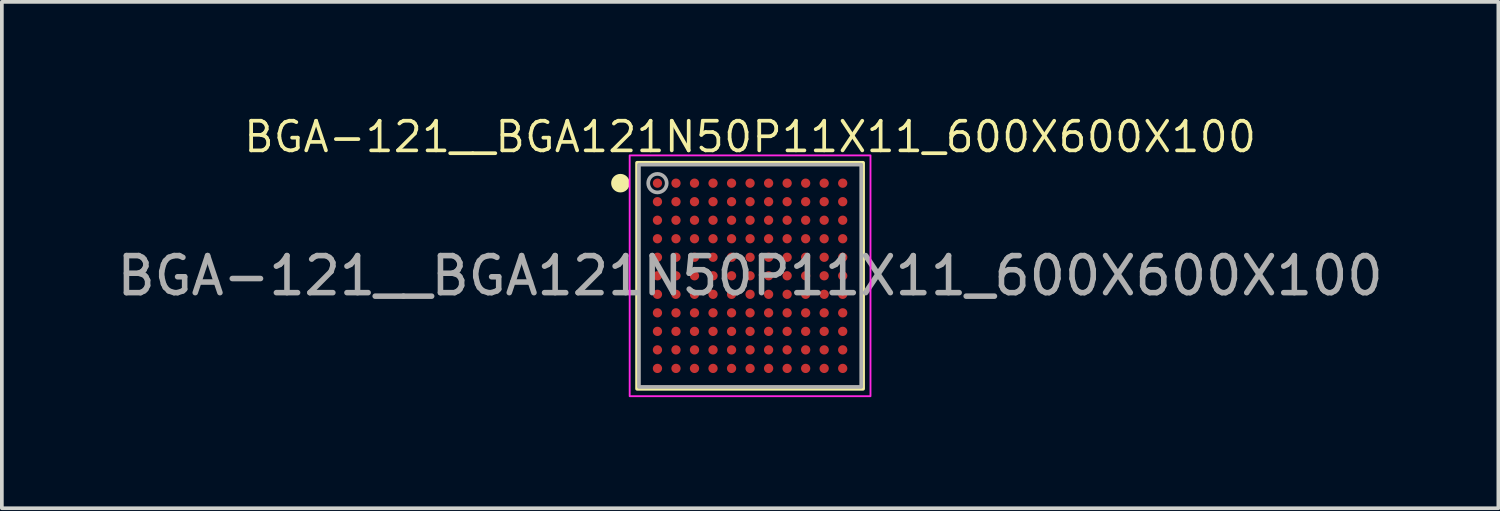
<source format=kicad_pcb>
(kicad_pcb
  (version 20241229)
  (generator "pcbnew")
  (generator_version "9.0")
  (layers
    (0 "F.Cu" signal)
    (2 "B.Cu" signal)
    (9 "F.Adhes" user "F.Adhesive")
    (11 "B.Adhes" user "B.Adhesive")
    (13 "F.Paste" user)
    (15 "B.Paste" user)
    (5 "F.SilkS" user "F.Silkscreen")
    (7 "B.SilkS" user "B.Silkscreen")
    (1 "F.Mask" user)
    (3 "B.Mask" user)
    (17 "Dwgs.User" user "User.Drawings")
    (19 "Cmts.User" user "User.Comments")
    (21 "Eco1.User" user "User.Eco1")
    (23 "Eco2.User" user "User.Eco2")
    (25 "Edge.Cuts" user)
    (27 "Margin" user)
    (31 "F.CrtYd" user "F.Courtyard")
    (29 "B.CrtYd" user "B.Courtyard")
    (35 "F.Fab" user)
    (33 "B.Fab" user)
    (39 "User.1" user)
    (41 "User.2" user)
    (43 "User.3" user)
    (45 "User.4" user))
  (footprint "BGA-121__BGA121N50P11X11_600X600X100"
    (layer "F.Cu")
    (at 17.196 4.394)
    (property "Reference" "BGA-121__BGA121N50P11X11_600X600X100" (at 0 -3.75 0) (layer "F.SilkS") (effects (font (size 0.8 0.8) (thickness 0.1))))
    (attr smd)
    (fp_rect (start -3.05 -3.05) (end 3.05 3.05) (stroke (width 0.1) (type solid)) (fill no) (layer "F.SilkS"))
    (fp_circle (center -3.5 -2.5) (end -3.25 -2.5) (stroke (width 0) (type solid)) (fill yes) (layer "F.SilkS"))
    (fp_rect (start -3.25 -3.25) (end 3.25 3.25) (stroke (width 0.05) (type solid)) (fill no) (layer "F.CrtYd"))
    (fp_rect (start -3 -3) (end 3 3) (stroke (width 0.1) (type solid)) (fill no) (layer "F.Fab"))
    (fp_circle (center -2.5 -2.5) (end -2.25 -2.5) (stroke (width 0.1) (type solid)) (fill no) (layer "F.Fab"))
    (fp_text user "${REFERENCE}" (at 0 0 0) (layer "F.Fab") (effects (font (size 1 1) (thickness 0.15))))
    (pad "A1" smd circle (at -2.5 -2.5) (size 0.25 0.25) (layers "F.Cu" "F.Mask" "F.Paste"))
    (pad "A2" smd circle (at -2 -2.5) (size 0.25 0.25) (layers "F.Cu" "F.Mask" "F.Paste"))
    (pad "A3" smd circle (at -1.5 -2.5) (size 0.25 0.25) (layers "F.Cu" "F.Mask" "F.Paste"))
    (pad "A4" smd circle (at -1 -2.5) (size 0.25 0.25) (layers "F.Cu" "F.Mask" "F.Paste"))
    (pad "A5" smd circle (at -0.5 -2.5) (size 0.25 0.25) (layers "F.Cu" "F.Mask" "F.Paste"))
    (pad "A6" smd circle (at 0 -2.5) (size 0.25 0.25) (layers "F.Cu" "F.Mask" "F.Paste"))
    (pad "A7" smd circle (at 0.5 -2.5) (size 0.25 0.25) (layers "F.Cu" "F.Mask" "F.Paste"))
    (pad "A8" smd circle (at 1 -2.5) (size 0.25 0.25) (layers "F.Cu" "F.Mask" "F.Paste"))
    (pad "A9" smd circle (at 1.5 -2.5) (size 0.25 0.25) (layers "F.Cu" "F.Mask" "F.Paste"))
    (pad "A10" smd circle (at 2 -2.5) (size 0.25 0.25) (layers "F.Cu" "F.Mask" "F.Paste"))
    (pad "A11" smd circle (at 2.5 -2.5) (size 0.25 0.25) (layers "F.Cu" "F.Mask" "F.Paste"))
    (pad "B1" smd circle (at -2.5 -2) (size 0.25 0.25) (layers "F.Cu" "F.Mask" "F.Paste"))
    (pad "B2" smd circle (at -2 -2) (size 0.25 0.25) (layers "F.Cu" "F.Mask" "F.Paste"))
    (pad "B3" smd circle (at -1.5 -2) (size 0.25 0.25) (layers "F.Cu" "F.Mask" "F.Paste"))
    (pad "B4" smd circle (at -1 -2) (size 0.25 0.25) (layers "F.Cu" "F.Mask" "F.Paste"))
    (pad "B5" smd circle (at -0.5 -2) (size 0.25 0.25) (layers "F.Cu" "F.Mask" "F.Paste"))
    (pad "B6" smd circle (at 0 -2) (size 0.25 0.25) (layers "F.Cu" "F.Mask" "F.Paste"))
    (pad "B7" smd circle (at 0.5 -2) (size 0.25 0.25) (layers "F.Cu" "F.Mask" "F.Paste"))
    (pad "B8" smd circle (at 1 -2) (size 0.25 0.25) (layers "F.Cu" "F.Mask" "F.Paste"))
    (pad "B9" smd circle (at 1.5 -2) (size 0.25 0.25) (layers "F.Cu" "F.Mask" "F.Paste"))
    (pad "B10" smd circle (at 2 -2) (size 0.25 0.25) (layers "F.Cu" "F.Mask" "F.Paste"))
    (pad "B11" smd circle (at 2.5 -2) (size 0.25 0.25) (layers "F.Cu" "F.Mask" "F.Paste"))
    (pad "C1" smd circle (at -2.5 -1.5) (size 0.25 0.25) (layers "F.Cu" "F.Mask" "F.Paste"))
    (pad "C2" smd circle (at -2 -1.5) (size 0.25 0.25) (layers "F.Cu" "F.Mask" "F.Paste"))
    (pad "C3" smd circle (at -1.5 -1.5) (size 0.25 0.25) (layers "F.Cu" "F.Mask" "F.Paste"))
    (pad "C4" smd circle (at -1 -1.5) (size 0.25 0.25) (layers "F.Cu" "F.Mask" "F.Paste"))
    (pad "C5" smd circle (at -0.5 -1.5) (size 0.25 0.25) (layers "F.Cu" "F.Mask" "F.Paste"))
    (pad "C6" smd circle (at 0 -1.5) (size 0.25 0.25) (layers "F.Cu" "F.Mask" "F.Paste"))
    (pad "C7" smd circle (at 0.5 -1.5) (size 0.25 0.25) (layers "F.Cu" "F.Mask" "F.Paste"))
    (pad "C8" smd circle (at 1 -1.5) (size 0.25 0.25) (layers "F.Cu" "F.Mask" "F.Paste"))
    (pad "C9" smd circle (at 1.5 -1.5) (size 0.25 0.25) (layers "F.Cu" "F.Mask" "F.Paste"))
    (pad "C10" smd circle (at 2 -1.5) (size 0.25 0.25) (layers "F.Cu" "F.Mask" "F.Paste"))
    (pad "C11" smd circle (at 2.5 -1.5) (size 0.25 0.25) (layers "F.Cu" "F.Mask" "F.Paste"))
    (pad "D1" smd circle (at -2.5 -1) (size 0.25 0.25) (layers "F.Cu" "F.Mask" "F.Paste"))
    (pad "D2" smd circle (at -2 -1) (size 0.25 0.25) (layers "F.Cu" "F.Mask" "F.Paste"))
    (pad "D3" smd circle (at -1.5 -1) (size 0.25 0.25) (layers "F.Cu" "F.Mask" "F.Paste"))
    (pad "D4" smd circle (at -1 -1) (size 0.25 0.25) (layers "F.Cu" "F.Mask" "F.Paste"))
    (pad "D5" smd circle (at -0.5 -1) (size 0.25 0.25) (layers "F.Cu" "F.Mask" "F.Paste"))
    (pad "D6" smd circle (at 0 -1) (size 0.25 0.25) (layers "F.Cu" "F.Mask" "F.Paste"))
    (pad "D7" smd circle (at 0.5 -1) (size 0.25 0.25) (layers "F.Cu" "F.Mask" "F.Paste"))
    (pad "D8" smd circle (at 1 -1) (size 0.25 0.25) (layers "F.Cu" "F.Mask" "F.Paste"))
    (pad "D9" smd circle (at 1.5 -1) (size 0.25 0.25) (layers "F.Cu" "F.Mask" "F.Paste"))
    (pad "D10" smd circle (at 2 -1) (size 0.25 0.25) (layers "F.Cu" "F.Mask" "F.Paste"))
    (pad "D11" smd circle (at 2.5 -1) (size 0.25 0.25) (layers "F.Cu" "F.Mask" "F.Paste"))
    (pad "E1" smd circle (at -2.5 -0.5) (size 0.25 0.25) (layers "F.Cu" "F.Mask" "F.Paste"))
    (pad "E2" smd circle (at -2 -0.5) (size 0.25 0.25) (layers "F.Cu" "F.Mask" "F.Paste"))
    (pad "E3" smd circle (at -1.5 -0.5) (size 0.25 0.25) (layers "F.Cu" "F.Mask" "F.Paste"))
    (pad "E4" smd circle (at -1 -0.5) (size 0.25 0.25) (layers "F.Cu" "F.Mask" "F.Paste"))
    (pad "E5" smd circle (at -0.5 -0.5) (size 0.25 0.25) (layers "F.Cu" "F.Mask" "F.Paste"))
    (pad "E6" smd circle (at 0 -0.5) (size 0.25 0.25) (layers "F.Cu" "F.Mask" "F.Paste"))
    (pad "E7" smd circle (at 0.5 -0.5) (size 0.25 0.25) (layers "F.Cu" "F.Mask" "F.Paste"))
    (pad "E8" smd circle (at 1 -0.5) (size 0.25 0.25) (layers "F.Cu" "F.Mask" "F.Paste"))
    (pad "E9" smd circle (at 1.5 -0.5) (size 0.25 0.25) (layers "F.Cu" "F.Mask" "F.Paste"))
    (pad "E10" smd circle (at 2 -0.5) (size 0.25 0.25) (layers "F.Cu" "F.Mask" "F.Paste"))
    (pad "E11" smd circle (at 2.5 -0.5) (size 0.25 0.25) (layers "F.Cu" "F.Mask" "F.Paste"))
    (pad "F1" smd circle (at -2.5 0) (size 0.25 0.25) (layers "F.Cu" "F.Mask" "F.Paste"))
    (pad "F2" smd circle (at -2 0) (size 0.25 0.25) (layers "F.Cu" "F.Mask" "F.Paste"))
    (pad "F3" smd circle (at -1.5 0) (size 0.25 0.25) (layers "F.Cu" "F.Mask" "F.Paste"))
    (pad "F4" smd circle (at -1 0) (size 0.25 0.25) (layers "F.Cu" "F.Mask" "F.Paste"))
    (pad "F5" smd circle (at -0.5 0) (size 0.25 0.25) (layers "F.Cu" "F.Mask" "F.Paste"))
    (pad "F6" smd circle (at 0 0) (size 0.25 0.25) (layers "F.Cu" "F.Mask" "F.Paste"))
    (pad "F7" smd circle (at 0.5 0) (size 0.25 0.25) (layers "F.Cu" "F.Mask" "F.Paste"))
    (pad "F8" smd circle (at 1 0) (size 0.25 0.25) (layers "F.Cu" "F.Mask" "F.Paste"))
    (pad "F9" smd circle (at 1.5 0) (size 0.25 0.25) (layers "F.Cu" "F.Mask" "F.Paste"))
    (pad "F10" smd circle (at 2 0) (size 0.25 0.25) (layers "F.Cu" "F.Mask" "F.Paste"))
    (pad "F11" smd circle (at 2.5 0) (size 0.25 0.25) (layers "F.Cu" "F.Mask" "F.Paste"))
    (pad "G1" smd circle (at -2.5 0.5) (size 0.25 0.25) (layers "F.Cu" "F.Mask" "F.Paste"))
    (pad "G2" smd circle (at -2 0.5) (size 0.25 0.25) (layers "F.Cu" "F.Mask" "F.Paste"))
    (pad "G3" smd circle (at -1.5 0.5) (size 0.25 0.25) (layers "F.Cu" "F.Mask" "F.Paste"))
    (pad "G4" smd circle (at -1 0.5) (size 0.25 0.25) (layers "F.Cu" "F.Mask" "F.Paste"))
    (pad "G5" smd circle (at -0.5 0.5) (size 0.25 0.25) (layers "F.Cu" "F.Mask" "F.Paste"))
    (pad "G6" smd circle (at 0 0.5) (size 0.25 0.25) (layers "F.Cu" "F.Mask" "F.Paste"))
    (pad "G7" smd circle (at 0.5 0.5) (size 0.25 0.25) (layers "F.Cu" "F.Mask" "F.Paste"))
    (pad "G8" smd circle (at 1 0.5) (size 0.25 0.25) (layers "F.Cu" "F.Mask" "F.Paste"))
    (pad "G9" smd circle (at 1.5 0.5) (size 0.25 0.25) (layers "F.Cu" "F.Mask" "F.Paste"))
    (pad "G10" smd circle (at 2 0.5) (size 0.25 0.25) (layers "F.Cu" "F.Mask" "F.Paste"))
    (pad "G11" smd circle (at 2.5 0.5) (size 0.25 0.25) (layers "F.Cu" "F.Mask" "F.Paste"))
    (pad "H1" smd circle (at -2.5 1) (size 0.25 0.25) (layers "F.Cu" "F.Mask" "F.Paste"))
    (pad "H2" smd circle (at -2 1) (size 0.25 0.25) (layers "F.Cu" "F.Mask" "F.Paste"))
    (pad "H3" smd circle (at -1.5 1) (size 0.25 0.25) (layers "F.Cu" "F.Mask" "F.Paste"))
    (pad "H4" smd circle (at -1 1) (size 0.25 0.25) (layers "F.Cu" "F.Mask" "F.Paste"))
    (pad "H5" smd circle (at -0.5 1) (size 0.25 0.25) (layers "F.Cu" "F.Mask" "F.Paste"))
    (pad "H6" smd circle (at 0 1) (size 0.25 0.25) (layers "F.Cu" "F.Mask" "F.Paste"))
    (pad "H7" smd circle (at 0.5 1) (size 0.25 0.25) (layers "F.Cu" "F.Mask" "F.Paste"))
    (pad "H8" smd circle (at 1 1) (size 0.25 0.25) (layers "F.Cu" "F.Mask" "F.Paste"))
    (pad "H9" smd circle (at 1.5 1) (size 0.25 0.25) (layers "F.Cu" "F.Mask" "F.Paste"))
    (pad "H10" smd circle (at 2 1) (size 0.25 0.25) (layers "F.Cu" "F.Mask" "F.Paste"))
    (pad "H11" smd circle (at 2.5 1) (size 0.25 0.25) (layers "F.Cu" "F.Mask" "F.Paste"))
    (pad "J1" smd circle (at -2.5 1.5) (size 0.25 0.25) (layers "F.Cu" "F.Mask" "F.Paste"))
    (pad "J2" smd circle (at -2 1.5) (size 0.25 0.25) (layers "F.Cu" "F.Mask" "F.Paste"))
    (pad "J3" smd circle (at -1.5 1.5) (size 0.25 0.25) (layers "F.Cu" "F.Mask" "F.Paste"))
    (pad "J4" smd circle (at -1 1.5) (size 0.25 0.25) (layers "F.Cu" "F.Mask" "F.Paste"))
    (pad "J5" smd circle (at -0.5 1.5) (size 0.25 0.25) (layers "F.Cu" "F.Mask" "F.Paste"))
    (pad "J6" smd circle (at 0 1.5) (size 0.25 0.25) (layers "F.Cu" "F.Mask" "F.Paste"))
    (pad "J7" smd circle (at 0.5 1.5) (size 0.25 0.25) (layers "F.Cu" "F.Mask" "F.Paste"))
    (pad "J8" smd circle (at 1 1.5) (size 0.25 0.25) (layers "F.Cu" "F.Mask" "F.Paste"))
    (pad "J9" smd circle (at 1.5 1.5) (size 0.25 0.25) (layers "F.Cu" "F.Mask" "F.Paste"))
    (pad "J10" smd circle (at 2 1.5) (size 0.25 0.25) (layers "F.Cu" "F.Mask" "F.Paste"))
    (pad "J11" smd circle (at 2.5 1.5) (size 0.25 0.25) (layers "F.Cu" "F.Mask" "F.Paste"))
    (pad "K1" smd circle (at -2.5 2) (size 0.25 0.25) (layers "F.Cu" "F.Mask" "F.Paste"))
    (pad "K2" smd circle (at -2 2) (size 0.25 0.25) (layers "F.Cu" "F.Mask" "F.Paste"))
    (pad "K3" smd circle (at -1.5 2) (size 0.25 0.25) (layers "F.Cu" "F.Mask" "F.Paste"))
    (pad "K4" smd circle (at -1 2) (size 0.25 0.25) (layers "F.Cu" "F.Mask" "F.Paste"))
    (pad "K5" smd circle (at -0.5 2) (size 0.25 0.25) (layers "F.Cu" "F.Mask" "F.Paste"))
    (pad "K6" smd circle (at 0 2) (size 0.25 0.25) (layers "F.Cu" "F.Mask" "F.Paste"))
    (pad "K7" smd circle (at 0.5 2) (size 0.25 0.25) (layers "F.Cu" "F.Mask" "F.Paste"))
    (pad "K8" smd circle (at 1 2) (size 0.25 0.25) (layers "F.Cu" "F.Mask" "F.Paste"))
    (pad "K9" smd circle (at 1.5 2) (size 0.25 0.25) (layers "F.Cu" "F.Mask" "F.Paste"))
    (pad "K10" smd circle (at 2 2) (size 0.25 0.25) (layers "F.Cu" "F.Mask" "F.Paste"))
    (pad "K11" smd circle (at 2.5 2) (size 0.25 0.25) (layers "F.Cu" "F.Mask" "F.Paste"))
    (pad "L1" smd circle (at -2.5 2.5) (size 0.25 0.25) (layers "F.Cu" "F.Mask" "F.Paste"))
    (pad "L2" smd circle (at -2 2.5) (size 0.25 0.25) (layers "F.Cu" "F.Mask" "F.Paste"))
    (pad "L3" smd circle (at -1.5 2.5) (size 0.25 0.25) (layers "F.Cu" "F.Mask" "F.Paste"))
    (pad "L4" smd circle (at -1 2.5) (size 0.25 0.25) (layers "F.Cu" "F.Mask" "F.Paste"))
    (pad "L5" smd circle (at -0.5 2.5) (size 0.25 0.25) (layers "F.Cu" "F.Mask" "F.Paste"))
    (pad "L6" smd circle (at 0 2.5) (size 0.25 0.25) (layers "F.Cu" "F.Mask" "F.Paste"))
    (pad "L7" smd circle (at 0.5 2.5) (size 0.25 0.25) (layers "F.Cu" "F.Mask" "F.Paste"))
    (pad "L8" smd circle (at 1 2.5) (size 0.25 0.25) (layers "F.Cu" "F.Mask" "F.Paste"))
    (pad "L9" smd circle (at 1.5 2.5) (size 0.25 0.25) (layers "F.Cu" "F.Mask" "F.Paste"))
    (pad "L10" smd circle (at 2 2.5) (size 0.25 0.25) (layers "F.Cu" "F.Mask" "F.Paste"))
    (pad "L11" smd circle (at 2.5 2.5) (size 0.25 0.25) (layers "F.Cu" "F.Mask" "F.Paste")))
  (gr_rect
    (start -3 -3)
    (end 37.393 10.668)
    (stroke (width 0.1) (type default))
    (fill no)
    (layer "Edge.Cuts")))
</source>
